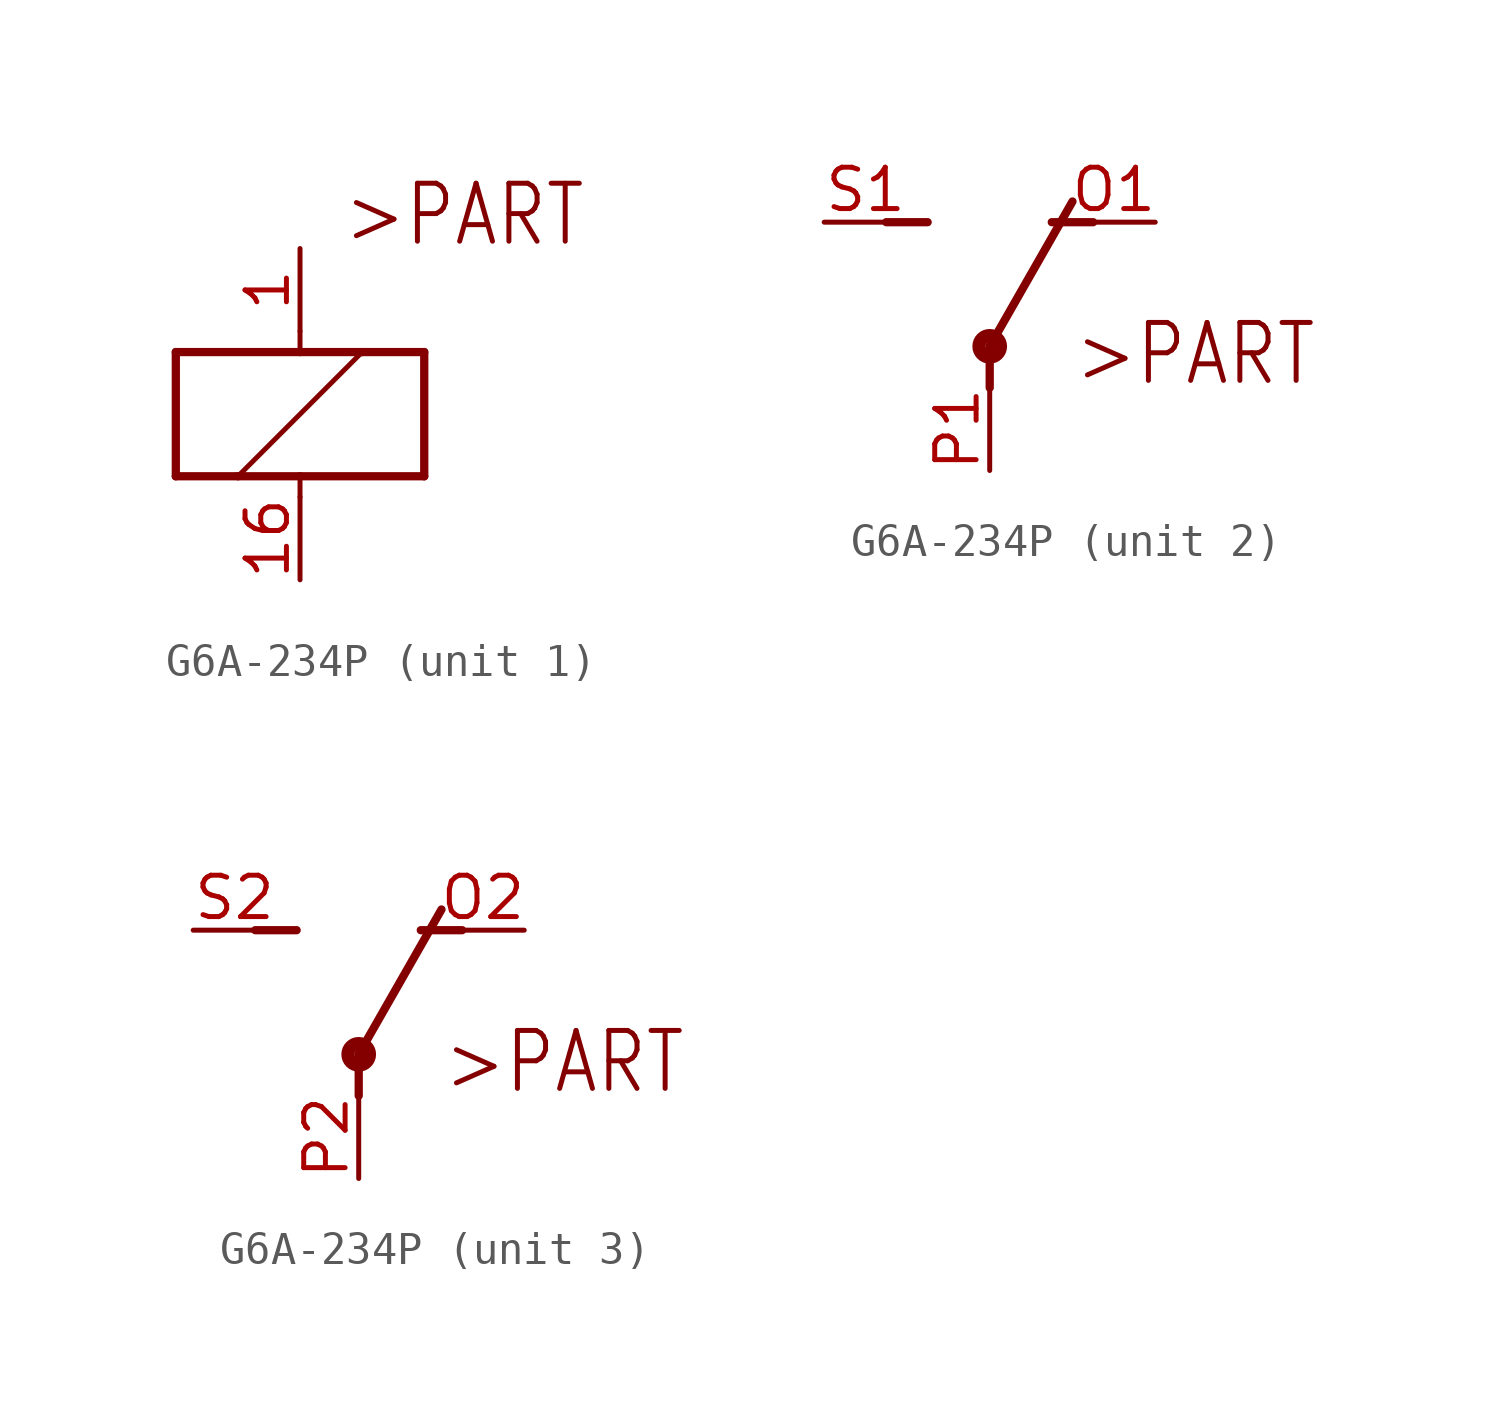
<source format=kicad_sym>
(kicad_symbol_lib
  (version 20211014)
  (generator kicad_symbol_editor)
  (symbol "G6A-234P"
    (property "Reference" "K"
      (at 0 0 0)
      (effects (font (size 1.27 1.27)) hide))
    (property "ki_locked" ""
      (at 0 0 0)
      (effects (font (size 1.27 1.27))))
    (symbol "G6A-234P_1_0"
      (polyline (pts (xy -3.81 -1.905) (xy -1.905 -1.905)) (stroke (width 0.254) (type default) (color 0 0 0 0)) (fill (type none)))
      (polyline (pts (xy -3.81 1.905) (xy -3.81 -1.905)) (stroke (width 0.254) (type default) (color 0 0 0 0)) (fill (type none)))
      (polyline (pts (xy -1.905 -1.905) (xy 0 -1.905)) (stroke (width 0.254) (type default) (color 0 0 0 0)) (fill (type none)))
      (polyline (pts (xy -1.905 -1.905) (xy 1.905 1.905)) (stroke (width 0.152) (type default) (color 0 0 0 0)) (fill (type none)))
      (polyline (pts (xy 0 -2.54) (xy 0 -1.905)) (stroke (width 0.152) (type default) (color 0 0 0 0)) (fill (type none)))
      (polyline (pts (xy 0 -1.905) (xy 3.81 -1.905)) (stroke (width 0.254) (type default) (color 0 0 0 0)) (fill (type none)))
      (polyline (pts (xy 0 1.905) (xy -3.81 1.905)) (stroke (width 0.254) (type default) (color 0 0 0 0)) (fill (type none)))
      (polyline (pts (xy 0 2.54) (xy 0 1.905)) (stroke (width 0.152) (type default) (color 0 0 0 0)) (fill (type none)))
      (polyline (pts (xy 1.905 1.905) (xy 0 1.905)) (stroke (width 0.254) (type default) (color 0 0 0 0)) (fill (type none)))
      (polyline (pts (xy 3.81 -1.905) (xy 3.81 1.905)) (stroke (width 0.254) (type default) (color 0 0 0 0)) (fill (type none)))
      (polyline (pts (xy 3.81 1.905) (xy 1.905 1.905)) (stroke (width 0.254) (type default) (color 0 0 0 0)) (fill (type none)))
      (text ">PART" (at 1.27 5.08 0) (effects (font (size 1.778 1.511)) (justify left bottom)))
      (pin passive line (at 0 5.08 270) (length 2.54) (name "1" (effects (font (size 0 0)))) (number "1" (effects (font (size 1.27 1.27)))))
      (pin passive line (at 0 -5.08 90) (length 2.54) (name "2" (effects (font (size 0 0)))) (number "16" (effects (font (size 1.27 1.27))))))
    (symbol "G6A-234P_2_0"
      (polyline (pts (xy -3.175 5.08) (xy -1.905 5.08)) (stroke (width 0.254) (type default) (color 0 0 0 0)) (fill (type none)))
      (polyline (pts (xy 0 1.27) (xy 0 0)) (stroke (width 0.254) (type default) (color 0 0 0 0)) (fill (type none)))
      (polyline (pts (xy 0 1.27) (xy 2.54 5.715)) (stroke (width 0.254) (type default) (color 0 0 0 0)) (fill (type none)))
      (polyline (pts (xy 3.175 5.08) (xy 1.905 5.08)) (stroke (width 0.254) (type default) (color 0 0 0 0)) (fill (type none)))
      (circle (center 0 1.27) (radius 0.127) (stroke (width 0.406) (type default) (color 0 0 0 0)) (fill (type none)))
      (text ">PART" (at 2.54 0 0) (effects (font (size 1.778 1.511)) (justify left bottom)))
      (pin passive line (at 5.08 5.08 180) (length 2.54) (name "O" (effects (font (size 0 0)))) (number "O1" (effects (font (size 1.27 1.27)))))
      (pin passive line (at 0 -2.54 90) (length 2.54) (name "P" (effects (font (size 0 0)))) (number "P1" (effects (font (size 1.27 1.27)))))
      (pin passive line (at -5.08 5.08 0) (length 2.54) (name "S" (effects (font (size 0 0)))) (number "S1" (effects (font (size 1.27 1.27))))))
    (symbol "G6A-234P_3_0"
      (polyline (pts (xy -3.175 5.08) (xy -1.905 5.08)) (stroke (width 0.254) (type default) (color 0 0 0 0)) (fill (type none)))
      (polyline (pts (xy 0 1.27) (xy 0 0)) (stroke (width 0.254) (type default) (color 0 0 0 0)) (fill (type none)))
      (polyline (pts (xy 0 1.27) (xy 2.54 5.715)) (stroke (width 0.254) (type default) (color 0 0 0 0)) (fill (type none)))
      (polyline (pts (xy 3.175 5.08) (xy 1.905 5.08)) (stroke (width 0.254) (type default) (color 0 0 0 0)) (fill (type none)))
      (circle (center 0 1.27) (radius 0.127) (stroke (width 0.406) (type default) (color 0 0 0 0)) (fill (type none)))
      (text ">PART" (at 2.54 0 0) (effects (font (size 1.778 1.511)) (justify left bottom)))
      (pin passive line (at 5.08 5.08 180) (length 2.54) (name "O" (effects (font (size 0 0)))) (number "O2" (effects (font (size 1.27 1.27)))))
      (pin passive line (at 0 -2.54 90) (length 2.54) (name "P" (effects (font (size 0 0)))) (number "P2" (effects (font (size 1.27 1.27)))))
      (pin passive line (at -5.08 5.08 0) (length 2.54) (name "S" (effects (font (size 0 0)))) (number "S2" (effects (font (size 1.27 1.27))))))))
</source>
